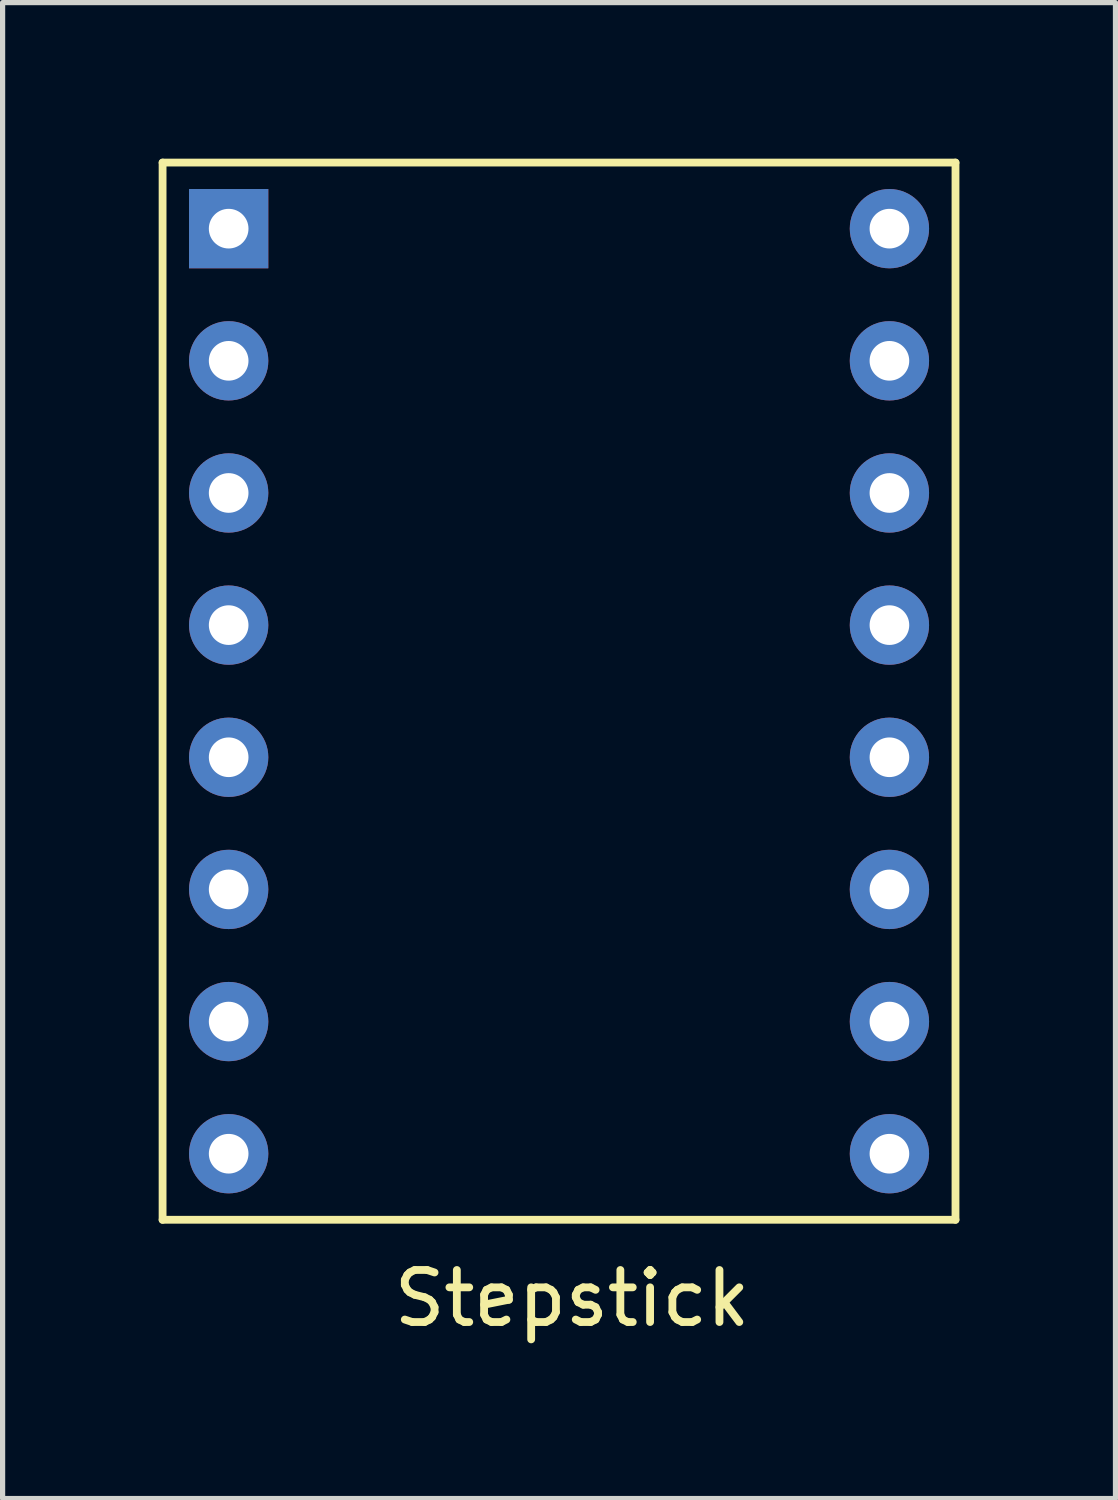
<source format=kicad_pcb>
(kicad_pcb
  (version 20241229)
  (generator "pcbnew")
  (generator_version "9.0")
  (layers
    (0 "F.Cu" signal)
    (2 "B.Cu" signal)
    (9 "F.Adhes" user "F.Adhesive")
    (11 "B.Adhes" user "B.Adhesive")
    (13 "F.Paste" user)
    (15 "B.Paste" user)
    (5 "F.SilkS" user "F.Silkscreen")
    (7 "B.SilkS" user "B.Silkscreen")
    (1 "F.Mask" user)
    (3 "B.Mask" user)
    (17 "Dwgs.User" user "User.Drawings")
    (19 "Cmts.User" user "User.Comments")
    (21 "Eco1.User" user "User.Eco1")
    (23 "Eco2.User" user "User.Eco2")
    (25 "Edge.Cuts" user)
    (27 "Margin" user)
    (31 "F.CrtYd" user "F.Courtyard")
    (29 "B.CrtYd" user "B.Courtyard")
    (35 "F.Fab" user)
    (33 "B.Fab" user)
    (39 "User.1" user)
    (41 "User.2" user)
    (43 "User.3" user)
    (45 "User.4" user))
  (footprint "Stepstick"
    (layer "F.Cu")
    (at 7.695 10.235)
    (property "Reference" "Stepstick" (at 0.25 11.67 0) (layer "F.SilkS") (effects (font (size 1 1) (thickness 0.15))))
    (attr through_hole)
    (fp_line (start -7.62 -10.16) (end -7.62 10.16) (stroke (width 0.15) (type solid)) (layer "F.SilkS"))
    (fp_line (start -7.62 -10.16) (end 7.62 -10.16) (stroke (width 0.15) (type solid)) (layer "F.SilkS"))
    (fp_line (start -7.62 10.16) (end 7.62 10.16) (stroke (width 0.15) (type solid)) (layer "F.SilkS"))
    (fp_line (start 7.62 -10.16) (end 7.62 10.16) (stroke (width 0.15) (type solid)) (layer "F.SilkS"))
    (pad "1" thru_hole rect (at -6.35 -8.89) (size 1.524 1.524) (drill 0.762) (layers "*.Cu" "*.Mask"))
    (pad "2" thru_hole circle (at -6.35 -6.35) (size 1.524 1.524) (drill 0.762) (layers "*.Cu" "*.Mask"))
    (pad "3" thru_hole circle (at -6.35 -3.81) (size 1.524 1.524) (drill 0.762) (layers "*.Cu" "*.Mask"))
    (pad "4" thru_hole circle (at -6.35 -1.27) (size 1.524 1.524) (drill 0.762) (layers "*.Cu" "*.Mask"))
    (pad "5" thru_hole circle (at -6.35 1.27) (size 1.524 1.524) (drill 0.762) (layers "*.Cu" "*.Mask"))
    (pad "6" thru_hole circle (at -6.35 3.81) (size 1.524 1.524) (drill 0.762) (layers "*.Cu" "*.Mask"))
    (pad "7" thru_hole circle (at -6.35 6.35) (size 1.524 1.524) (drill 0.762) (layers "*.Cu" "*.Mask"))
    (pad "8" thru_hole circle (at -6.35 8.89) (size 1.524 1.524) (drill 0.762) (layers "*.Cu" "*.Mask"))
    (pad "9" thru_hole circle (at 6.35 8.89) (size 1.524 1.524) (drill 0.762) (layers "*.Cu" "*.Mask"))
    (pad "10" thru_hole circle (at 6.35 6.35) (size 1.524 1.524) (drill 0.762) (layers "*.Cu" "*.Mask"))
    (pad "11" thru_hole circle (at 6.35 3.81) (size 1.524 1.524) (drill 0.762) (layers "*.Cu" "*.Mask"))
    (pad "12" thru_hole circle (at 6.35 1.27) (size 1.524 1.524) (drill 0.762) (layers "*.Cu" "*.Mask"))
    (pad "13" thru_hole circle (at 6.35 -1.27) (size 1.524 1.524) (drill 0.762) (layers "*.Cu" "*.Mask"))
    (pad "14" thru_hole circle (at 6.35 -3.81) (size 1.524 1.524) (drill 0.762) (layers "*.Cu" "*.Mask"))
    (pad "15" thru_hole circle (at 6.35 -6.35) (size 1.524 1.524) (drill 0.762) (layers "*.Cu" "*.Mask"))
    (pad "16" thru_hole circle (at 6.35 -8.89) (size 1.524 1.524) (drill 0.762) (layers "*.Cu" "*.Mask")))
  (gr_rect
    (start -3 -3)
    (end 18.39 25.753)
    (stroke (width 0.1) (type default))
    (fill no)
    (layer "Edge.Cuts")))
</source>
